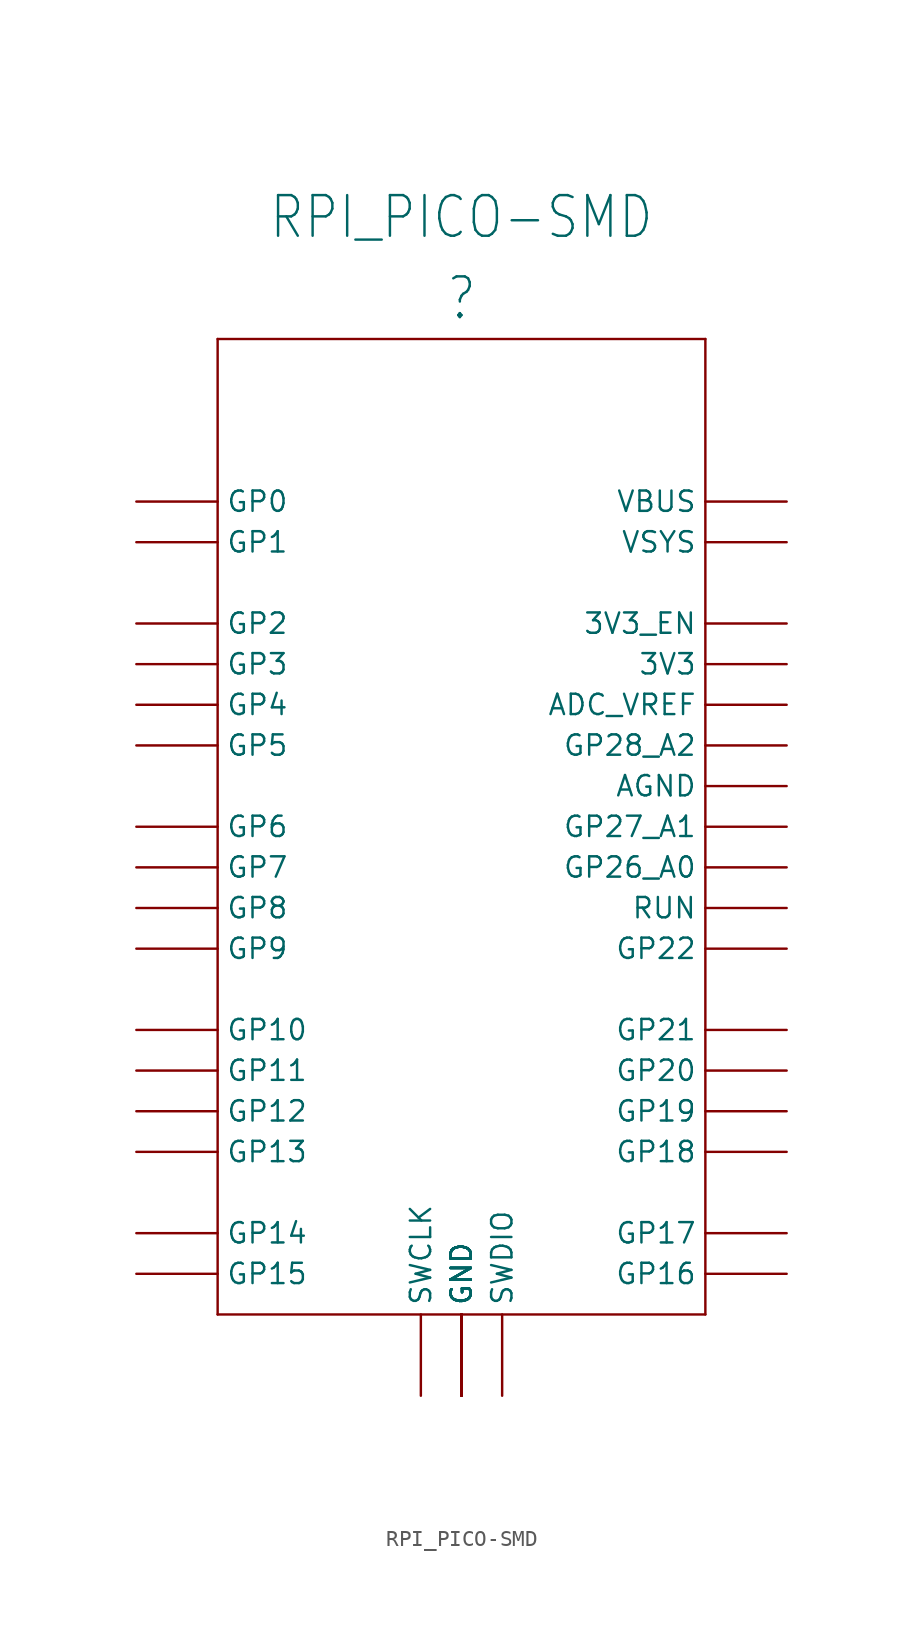
<source format=kicad_sym>
(kicad_symbol_lib
  (version 20220914)
  (generator kicad_symbol_editor)
  (symbol "RPI_PICO-SMD"
    (property "Reference" ""
      (at 0 38.1 0)
      (effects (font (size 2.54 2.159))))
    (property "Value" "RPI_PICO-SMD"
      (at 0 43.18 0)
      (effects (font (size 2.54 2.159))))
    (property "ki_locked" ""
      (at 0 0 0)
      (effects (font (size 1.27 1.27))))
    (symbol "RPI_PICO-SMD_1_0"
      (polyline (pts (xy -15.24 -25.4) (xy 15.24 -25.4)) (stroke (width 0.152) (type default)) (fill (type none)))
      (polyline (pts (xy -15.24 35.56) (xy -15.24 -25.4)) (stroke (width 0.152) (type default)) (fill (type none)))
      (polyline (pts (xy 15.24 -25.4) (xy 15.24 35.56)) (stroke (width 0.152) (type default)) (fill (type none)))
      (polyline (pts (xy 15.24 35.56) (xy -15.24 35.56)) (stroke (width 0.152) (type default)) (fill (type none)))
      (pin bidirectional line (at 20.32 15.24 180) (length 5.08) (name "3V3" (effects (font (size 1.27 1.27)))) (number "3V3" (effects (font (size 0 0)))))
      (pin bidirectional line (at 20.32 17.78 180) (length 5.08) (name "3V3_EN" (effects (font (size 1.27 1.27)))) (number "3V3_EN" (effects (font (size 0 0)))))
      (pin bidirectional line (at 20.32 12.7 180) (length 5.08) (name "ADC_VREF" (effects (font (size 1.27 1.27)))) (number "ADC_VREF" (effects (font (size 0 0)))))
      (pin bidirectional line (at 20.32 7.62 180) (length 5.08) (name "AGND" (effects (font (size 1.27 1.27)))) (number "AGND" (effects (font (size 0 0)))))
      (pin bidirectional line (at 0 -30.48 90) (length 5.08) (name "GND" (effects (font (size 1.27 1.27)))) (number "GND@1" (effects (font (size 0 0)))))
      (pin bidirectional line (at 0 -30.48 90) (length 5.08) (name "GND" (effects (font (size 1.27 1.27)))) (number "GND@2" (effects (font (size 0 0)))))
      (pin bidirectional line (at 0 -30.48 90) (length 5.08) (name "GND" (effects (font (size 1.27 1.27)))) (number "GND@3" (effects (font (size 0 0)))))
      (pin bidirectional line (at 0 -30.48 90) (length 5.08) (name "GND" (effects (font (size 1.27 1.27)))) (number "GND@4" (effects (font (size 0 0)))))
      (pin bidirectional line (at 0 -30.48 90) (length 5.08) (name "GND" (effects (font (size 1.27 1.27)))) (number "GND@5" (effects (font (size 0 0)))))
      (pin bidirectional line (at 0 -30.48 90) (length 5.08) (name "GND" (effects (font (size 1.27 1.27)))) (number "GND@6" (effects (font (size 0 0)))))
      (pin bidirectional line (at 0 -30.48 90) (length 5.08) (name "GND" (effects (font (size 1.27 1.27)))) (number "GND@7" (effects (font (size 0 0)))))
      (pin bidirectional line (at 0 -30.48 90) (length 5.08) (name "GND" (effects (font (size 1.27 1.27)))) (number "GND@8" (effects (font (size 0 0)))))
      (pin bidirectional line (at -20.32 25.4 0) (length 5.08) (name "GP0" (effects (font (size 1.27 1.27)))) (number "GP0" (effects (font (size 0 0)))))
      (pin bidirectional line (at -20.32 22.86 0) (length 5.08) (name "GP1" (effects (font (size 1.27 1.27)))) (number "GP1" (effects (font (size 0 0)))))
      (pin bidirectional line (at -20.32 -7.62 0) (length 5.08) (name "GP10" (effects (font (size 1.27 1.27)))) (number "GP10" (effects (font (size 0 0)))))
      (pin bidirectional line (at -20.32 -10.16 0) (length 5.08) (name "GP11" (effects (font (size 1.27 1.27)))) (number "GP11" (effects (font (size 0 0)))))
      (pin bidirectional line (at -20.32 -12.7 0) (length 5.08) (name "GP12" (effects (font (size 1.27 1.27)))) (number "GP12" (effects (font (size 0 0)))))
      (pin bidirectional line (at -20.32 -15.24 0) (length 5.08) (name "GP13" (effects (font (size 1.27 1.27)))) (number "GP13" (effects (font (size 0 0)))))
      (pin bidirectional line (at -20.32 -20.32 0) (length 5.08) (name "GP14" (effects (font (size 1.27 1.27)))) (number "GP14" (effects (font (size 0 0)))))
      (pin bidirectional line (at -20.32 -22.86 0) (length 5.08) (name "GP15" (effects (font (size 1.27 1.27)))) (number "GP15" (effects (font (size 0 0)))))
      (pin bidirectional line (at 20.32 -22.86 180) (length 5.08) (name "GP16" (effects (font (size 1.27 1.27)))) (number "GP16" (effects (font (size 0 0)))))
      (pin bidirectional line (at 20.32 -20.32 180) (length 5.08) (name "GP17" (effects (font (size 1.27 1.27)))) (number "GP17" (effects (font (size 0 0)))))
      (pin bidirectional line (at 20.32 -15.24 180) (length 5.08) (name "GP18" (effects (font (size 1.27 1.27)))) (number "GP18" (effects (font (size 0 0)))))
      (pin bidirectional line (at 20.32 -12.7 180) (length 5.08) (name "GP19" (effects (font (size 1.27 1.27)))) (number "GP19" (effects (font (size 0 0)))))
      (pin bidirectional line (at -20.32 17.78 0) (length 5.08) (name "GP2" (effects (font (size 1.27 1.27)))) (number "GP2" (effects (font (size 0 0)))))
      (pin bidirectional line (at 20.32 -10.16 180) (length 5.08) (name "GP20" (effects (font (size 1.27 1.27)))) (number "GP20" (effects (font (size 0 0)))))
      (pin bidirectional line (at 20.32 -7.62 180) (length 5.08) (name "GP21" (effects (font (size 1.27 1.27)))) (number "GP21" (effects (font (size 0 0)))))
      (pin bidirectional line (at 20.32 -2.54 180) (length 5.08) (name "GP22" (effects (font (size 1.27 1.27)))) (number "GP22" (effects (font (size 0 0)))))
      (pin bidirectional line (at 20.32 2.54 180) (length 5.08) (name "GP26_A0" (effects (font (size 1.27 1.27)))) (number "GP26_A0" (effects (font (size 0 0)))))
      (pin bidirectional line (at 20.32 5.08 180) (length 5.08) (name "GP27_A1" (effects (font (size 1.27 1.27)))) (number "GP27_A1" (effects (font (size 0 0)))))
      (pin bidirectional line (at 20.32 10.16 180) (length 5.08) (name "GP28_A2" (effects (font (size 1.27 1.27)))) (number "GP28_A2" (effects (font (size 0 0)))))
      (pin bidirectional line (at -20.32 15.24 0) (length 5.08) (name "GP3" (effects (font (size 1.27 1.27)))) (number "GP3" (effects (font (size 0 0)))))
      (pin bidirectional line (at -20.32 12.7 0) (length 5.08) (name "GP4" (effects (font (size 1.27 1.27)))) (number "GP4" (effects (font (size 0 0)))))
      (pin bidirectional line (at -20.32 10.16 0) (length 5.08) (name "GP5" (effects (font (size 1.27 1.27)))) (number "GP5" (effects (font (size 0 0)))))
      (pin bidirectional line (at -20.32 5.08 0) (length 5.08) (name "GP6" (effects (font (size 1.27 1.27)))) (number "GP6" (effects (font (size 0 0)))))
      (pin bidirectional line (at -20.32 2.54 0) (length 5.08) (name "GP7" (effects (font (size 1.27 1.27)))) (number "GP7" (effects (font (size 0 0)))))
      (pin bidirectional line (at -20.32 0 0) (length 5.08) (name "GP8" (effects (font (size 1.27 1.27)))) (number "GP8" (effects (font (size 0 0)))))
      (pin bidirectional line (at -20.32 -2.54 0) (length 5.08) (name "GP9" (effects (font (size 1.27 1.27)))) (number "GP9" (effects (font (size 0 0)))))
      (pin bidirectional line (at 20.32 0 180) (length 5.08) (name "RUN" (effects (font (size 1.27 1.27)))) (number "RUN" (effects (font (size 0 0)))))
      (pin bidirectional line (at -2.54 -30.48 90) (length 5.08) (name "SWCLK" (effects (font (size 1.27 1.27)))) (number "SWCLK" (effects (font (size 0 0)))))
      (pin bidirectional line (at 2.54 -30.48 90) (length 5.08) (name "SWDIO" (effects (font (size 1.27 1.27)))) (number "SWDIO" (effects (font (size 0 0)))))
      (pin bidirectional line (at 20.32 25.4 180) (length 5.08) (name "VBUS" (effects (font (size 1.27 1.27)))) (number "VBUS" (effects (font (size 0 0)))))
      (pin bidirectional line (at 20.32 22.86 180) (length 5.08) (name "VSYS" (effects (font (size 1.27 1.27)))) (number "VSYS" (effects (font (size 0 0))))))))
</source>
